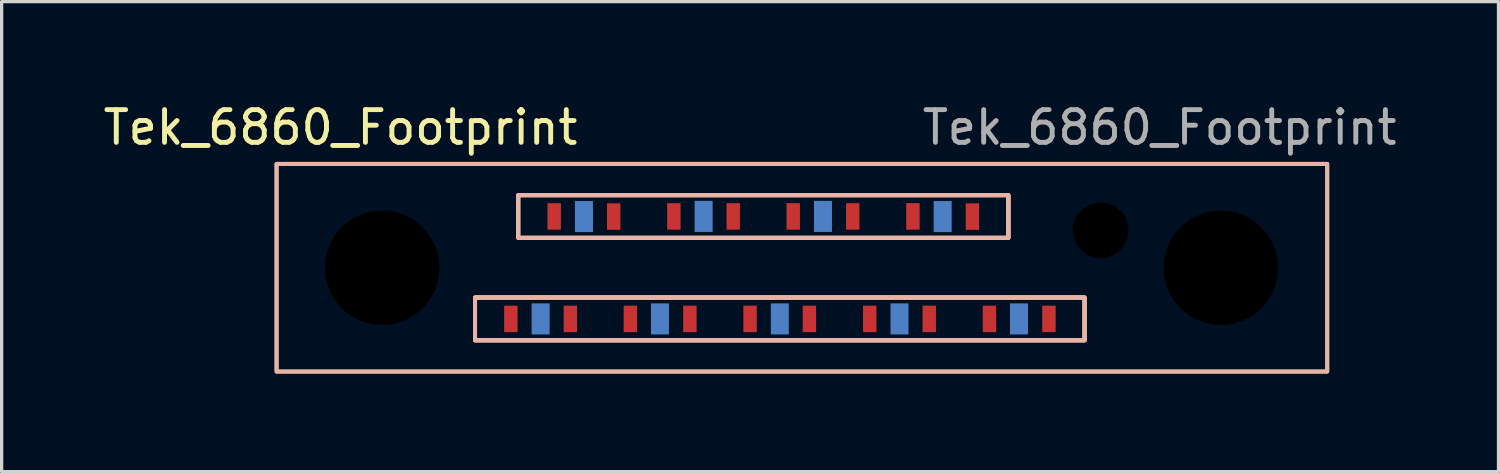
<source format=kicad_pcb>
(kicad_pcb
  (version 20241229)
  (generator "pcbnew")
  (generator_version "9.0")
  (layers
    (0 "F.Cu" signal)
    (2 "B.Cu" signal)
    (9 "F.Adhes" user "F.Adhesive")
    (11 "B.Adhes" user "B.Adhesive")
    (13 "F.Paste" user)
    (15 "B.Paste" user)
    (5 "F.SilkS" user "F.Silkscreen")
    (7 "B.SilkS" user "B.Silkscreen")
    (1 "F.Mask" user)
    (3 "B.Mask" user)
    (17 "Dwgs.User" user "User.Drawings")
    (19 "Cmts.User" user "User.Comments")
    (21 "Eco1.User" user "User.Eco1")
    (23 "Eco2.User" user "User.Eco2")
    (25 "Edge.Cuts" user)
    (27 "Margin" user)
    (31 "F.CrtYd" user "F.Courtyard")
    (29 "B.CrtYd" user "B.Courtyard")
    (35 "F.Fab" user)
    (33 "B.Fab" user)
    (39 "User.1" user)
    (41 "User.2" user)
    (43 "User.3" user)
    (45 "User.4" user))
  (footprint "Tek_6860_Footprint"
    (layer "F.Cu")
    (at 34.288 5.138)
    (property "Reference" "Tek_6860_Footprint" (at -26.925 -4.29 0) (unlocked yes) (layer "F.SilkS") (effects (font (size 1 1) (thickness 0.15))))
    (attr smd)
    (fp_rect (start -22.81 0.91) (end -4.17 2.22) (stroke (width 0.12) (type default)) (fill no) (layer "F.SilkS"))
    (fp_rect (start -21.49 -2.22) (end -6.5 -0.915) (stroke (width 0.12) (type default)) (fill no) (layer "F.SilkS"))
    (fp_rect (start -6.5 -2.22) (end -21.49 -0.915) (stroke (width 0.12) (type default)) (fill no) (layer "F.SilkS"))
    (fp_rect (start -4.17 0.91) (end -22.81 2.22) (stroke (width 0.12) (type default)) (fill no) (layer "F.SilkS"))
    (fp_rect (start 3.251 3.175) (end -28.88 -3.175) (stroke (width 0.12) (type solid)) (fill no) (layer "F.SilkS"))
    (fp_rect (start -28.88 3.175) (end 3.251 -3.175) (stroke (width 0.12) (type solid)) (fill no) (layer "B.SilkS"))
    (fp_rect (start -22.81 0.91) (end -4.17 2.22) (stroke (width 0.12) (type default)) (fill no) (layer "B.SilkS"))
    (fp_rect (start -21.49 -2.22) (end -6.5 -0.915) (stroke (width 0.12) (type default)) (fill no) (layer "B.SilkS"))
    (fp_rect (start -6.5 -2.22) (end -21.49 -0.915) (stroke (width 0.12) (type default)) (fill no) (layer "B.SilkS"))
    (fp_rect (start -4.17 0.91) (end -22.81 2.22) (stroke (width 0.12) (type default)) (fill no) (layer "B.SilkS"))
    (fp_text user "${REFERENCE}" (at -1.875 -4.29 0) (unlocked yes) (layer "F.Fab") (effects (font (size 1 1) (thickness 0.15))))
    (pad "" np_thru_hole circle (at -25.65 0) (size 3.5 3.5) (drill 3.5) (layers "*.Mask"))
    (pad "" np_thru_hole circle (at -3.68 -1.143) (size 1.7 1.7) (drill 1.7) (layers "*.Mask"))
    (pad "" np_thru_hole circle (at 0 0) (size 3.5 3.5) (drill 3.5) (layers "*.Mask"))
    (pad "A1" smd rect (at -5.26 1.565) (size 0.41 0.81) (layers "F.Cu" "F.Mask" "F.Paste"))
    (pad "A2" smd rect (at -6.175 1.565) (size 0.41 0.81) (layers "F.Cu" "F.Mask" "F.Paste"))
    (pad "A2" smd rect (at -6.175 1.565) (size 0.55 0.95) (layers "B.Cu" "B.Mask" "B.Paste"))
    (pad "A3" smd rect (at -7.08 1.565) (size 0.41 0.81) (layers "F.Cu" "F.Mask" "F.Paste"))
    (pad "A4" smd rect (at -8.92 1.565) (size 0.41 0.81) (layers "F.Cu" "F.Mask" "F.Paste"))
    (pad "A5" smd rect (at -9.83 1.565) (size 0.41 0.81) (layers "F.Cu" "F.Mask" "F.Paste"))
    (pad "A5" smd rect (at -9.83 1.565) (size 0.55 0.95) (layers "B.Cu" "B.Mask" "B.Paste"))
    (pad "A6" smd rect (at -10.74 1.565) (size 0.41 0.81) (layers "F.Cu" "F.Mask" "F.Paste"))
    (pad "A7" smd rect (at -12.585 1.565) (size 0.41 0.81) (layers "F.Cu" "F.Mask" "F.Paste"))
    (pad "A8" smd rect (at -13.49 1.565) (size 0.41 0.81) (layers "F.Cu" "F.Mask" "F.Paste"))
    (pad "A8" smd rect (at -13.49 1.565) (size 0.55 0.95) (layers "B.Cu" "B.Mask" "B.Paste"))
    (pad "A9" smd rect (at -14.4 1.565) (size 0.41 0.81) (layers "F.Cu" "F.Mask" "F.Paste"))
    (pad "A10" smd rect (at -16.24 1.565) (size 0.41 0.81) (layers "F.Cu" "F.Mask" "F.Paste"))
    (pad "A11" smd rect (at -17.155 1.565) (size 0.41 0.81) (layers "F.Cu" "F.Mask" "F.Paste"))
    (pad "A11" smd rect (at -17.155 1.565) (size 0.55 0.95) (layers "B.Cu" "B.Mask" "B.Paste"))
    (pad "A12" smd rect (at -18.06 1.565) (size 0.41 0.81) (layers "F.Cu" "F.Mask" "F.Paste"))
    (pad "A13" smd rect (at -19.895 1.565) (size 0.41 0.81) (layers "F.Cu" "F.Mask" "F.Paste"))
    (pad "A14" smd rect (at -20.805 1.565) (size 0.41 0.81) (layers "F.Cu" "F.Mask" "F.Paste"))
    (pad "A14" smd rect (at -20.805 1.565) (size 0.55 0.95) (layers "B.Cu" "B.Mask" "B.Paste"))
    (pad "A15" smd rect (at -21.715 1.565) (size 0.41 0.81) (layers "F.Cu" "F.Mask" "F.Paste"))
    (pad "B1" smd rect (at -7.6 -1.565) (size 0.41 0.81) (layers "F.Cu" "F.Mask" "F.Paste"))
    (pad "B2" smd rect (at -8.51 -1.565) (size 0.41 0.81) (layers "F.Cu" "F.Mask" "F.Paste"))
    (pad "B2" smd rect (at -8.51 -1.565) (size 0.55 0.95) (layers "B.Cu" "B.Mask" "B.Paste"))
    (pad "B3" smd rect (at -9.42 -1.57) (size 0.41 0.81) (layers "F.Cu" "F.Mask" "F.Paste"))
    (pad "B4" smd rect (at -11.26 -1.57) (size 0.41 0.81) (layers "F.Cu" "F.Mask" "F.Paste"))
    (pad "B5" smd rect (at -12.17 -1.57) (size 0.41 0.81) (layers "F.Cu" "F.Mask" "F.Paste"))
    (pad "B5" smd rect (at -12.17 -1.57) (size 0.55 0.95) (layers "B.Cu" "B.Mask" "B.Paste"))
    (pad "B6" smd rect (at -13.08 -1.57) (size 0.41 0.81) (layers "F.Cu" "F.Mask" "F.Paste"))
    (pad "B7" smd rect (at -14.915 -1.57) (size 0.41 0.81) (layers "F.Cu" "F.Mask" "F.Paste"))
    (pad "B8" smd rect (at -15.82 -1.57) (size 0.41 0.81) (layers "F.Cu" "F.Mask" "F.Paste"))
    (pad "B8" smd rect (at -15.82 -1.57) (size 0.55 0.95) (layers "B.Cu" "B.Mask" "B.Paste"))
    (pad "B9" smd rect (at -16.73 -1.57) (size 0.41 0.81) (layers "F.Cu" "F.Mask" "F.Paste"))
    (pad "B10" smd rect (at -18.57 -1.565) (size 0.41 0.81) (layers "F.Cu" "F.Mask" "F.Paste"))
    (pad "B11" smd rect (at -19.48 -1.565) (size 0.41 0.81) (layers "F.Cu" "F.Mask" "F.Paste"))
    (pad "B11" smd rect (at -19.48 -1.565) (size 0.55 0.95) (layers "B.Cu" "B.Mask" "B.Paste"))
    (pad "B12" smd rect (at -20.39 -1.57) (size 0.41 0.81) (layers "F.Cu" "F.Mask" "F.Paste")))
  (gr_rect
    (start -3 -3)
    (end 42.776 11.373)
    (stroke (width 0.1) (type default))
    (fill no)
    (layer "Edge.Cuts")))
</source>
